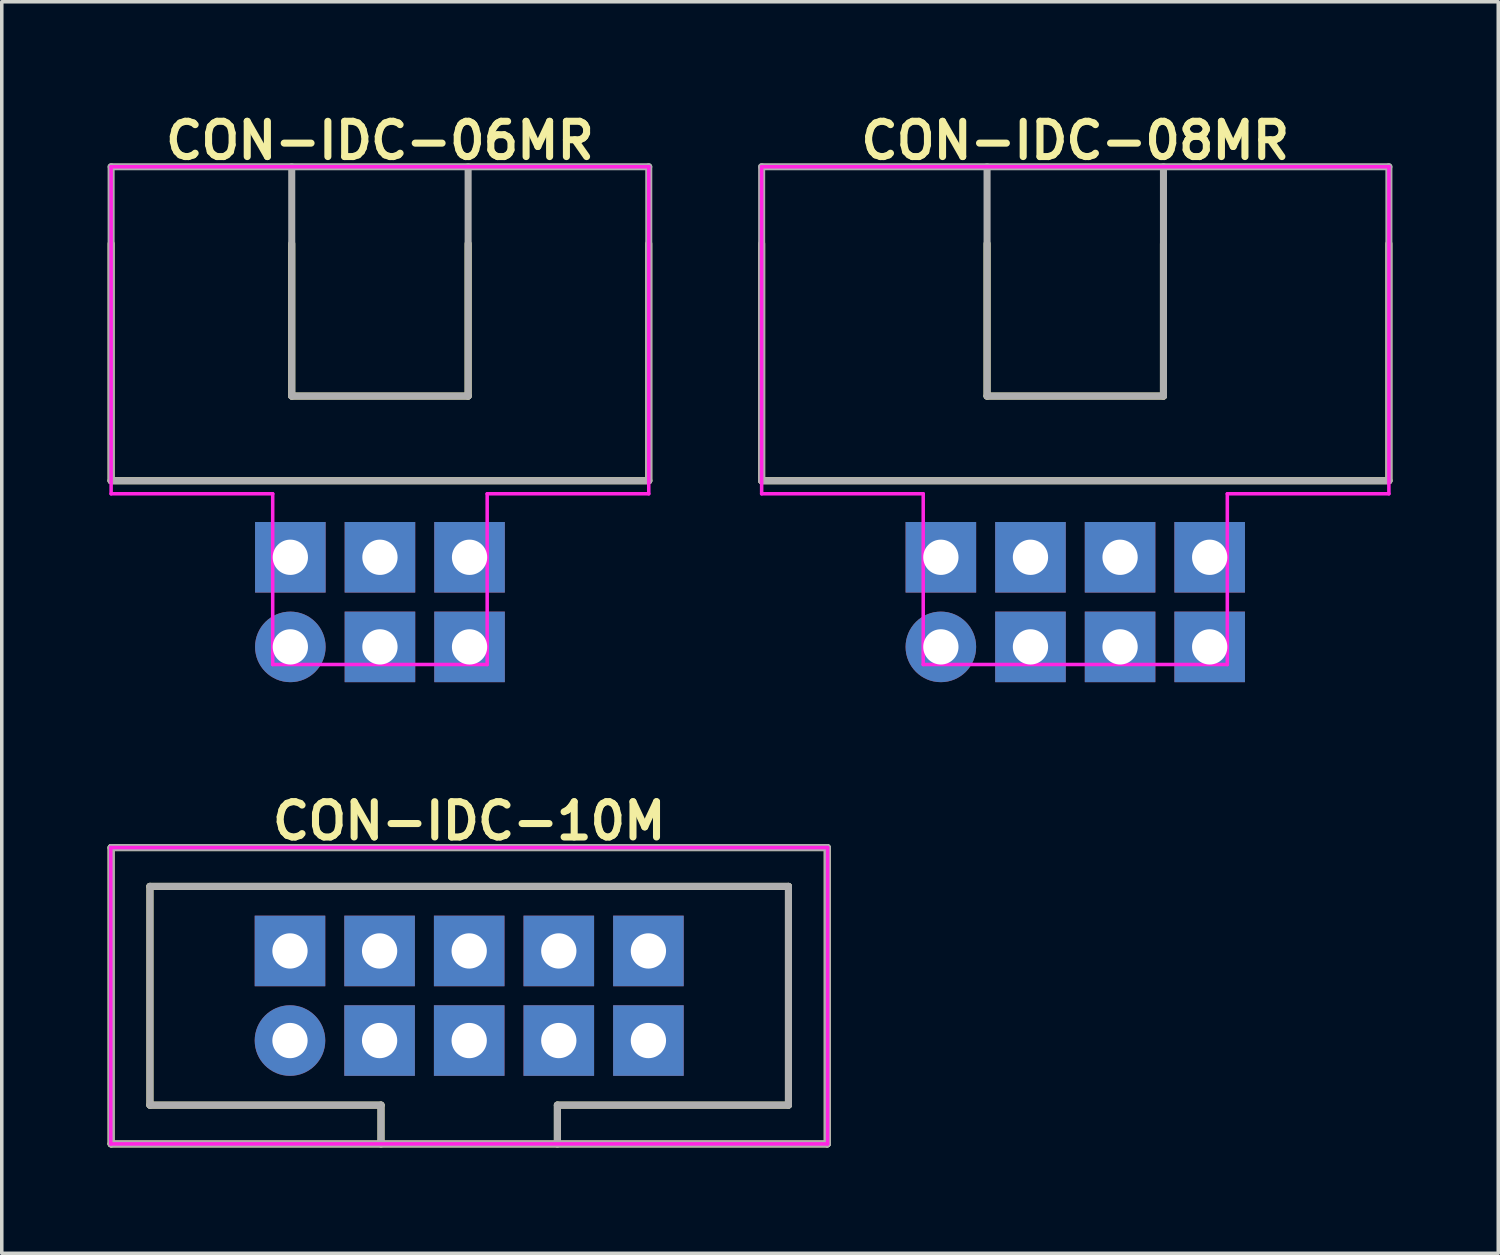
<source format=kicad_pcb>
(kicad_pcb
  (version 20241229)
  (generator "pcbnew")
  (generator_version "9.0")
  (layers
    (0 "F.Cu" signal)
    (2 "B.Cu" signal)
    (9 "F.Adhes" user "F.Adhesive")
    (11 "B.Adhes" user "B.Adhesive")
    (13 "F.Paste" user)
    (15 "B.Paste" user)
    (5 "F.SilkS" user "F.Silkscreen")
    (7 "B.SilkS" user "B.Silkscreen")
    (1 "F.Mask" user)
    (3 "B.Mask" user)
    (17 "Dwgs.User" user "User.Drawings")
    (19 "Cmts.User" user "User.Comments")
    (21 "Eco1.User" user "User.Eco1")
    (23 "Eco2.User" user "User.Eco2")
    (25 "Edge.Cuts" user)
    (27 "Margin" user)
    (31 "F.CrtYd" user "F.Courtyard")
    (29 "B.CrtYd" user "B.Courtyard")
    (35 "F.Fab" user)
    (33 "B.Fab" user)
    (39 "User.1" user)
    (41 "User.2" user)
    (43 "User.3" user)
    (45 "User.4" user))
  (footprint "CON-IDC-08MR"
    (layer "F.Cu")
    (at 27.43 14.017)
    (property "Reference" "CON-IDC-08MR" (at 0 -13.081 0) (layer "F.SilkS") (effects (font (size 1 1) (thickness 0.2))))
    (attr through_hole)
    (fp_line (start -8.89 -10.16) (end -8.89 -3.44) (stroke (width 0.2) (type solid)) (layer "F.SilkS"))
    (fp_line (start -8.89 -3.44) (end 8.89 -3.44) (stroke (width 0.2) (type solid)) (layer "F.SilkS"))
    (fp_line (start -2.5 -10.16) (end -2.5 -5.84) (stroke (width 0.2) (type solid)) (layer "F.SilkS"))
    (fp_line (start -2.5 -5.84) (end 2.5 -5.84) (stroke (width 0.2) (type solid)) (layer "F.SilkS"))
    (fp_line (start 2.5 -10.16) (end 2.5 -5.84) (stroke (width 0.2) (type solid)) (layer "F.SilkS"))
    (fp_line (start 8.89 -10.16) (end 8.89 -3.44) (stroke (width 0.2) (type solid)) (layer "F.SilkS"))
    (fp_line (start -8.89 -12.34) (end -8.89 -3.07) (stroke (width 0.1) (type solid)) (layer "F.CrtYd"))
    (fp_line (start -8.89 -12.34) (end 8.89 -12.34) (stroke (width 0.1) (type solid)) (layer "F.CrtYd"))
    (fp_line (start -8.89 -3.07) (end -4.31 -3.07) (stroke (width 0.1) (type solid)) (layer "F.CrtYd"))
    (fp_line (start -4.31 -3.07) (end -4.31 1.77) (stroke (width 0.1) (type solid)) (layer "F.CrtYd"))
    (fp_line (start -4.31 1.77) (end 4.31 1.77) (stroke (width 0.1) (type solid)) (layer "F.CrtYd"))
    (fp_line (start 4.31 -3.07) (end 4.31 1.77) (stroke (width 0.1) (type solid)) (layer "F.CrtYd"))
    (fp_line (start 4.31 -3.07) (end 8.89 -3.07) (stroke (width 0.1) (type solid)) (layer "F.CrtYd"))
    (fp_line (start 8.89 -12.34) (end 8.89 -3.07) (stroke (width 0.1) (type solid)) (layer "F.CrtYd"))
    (fp_line (start -8.89 -12.34) (end -8.89 -3.44) (stroke (width 0.2) (type solid)) (layer "F.Fab"))
    (fp_line (start -8.89 -12.34) (end 8.89 -12.34) (stroke (width 0.2) (type solid)) (layer "F.Fab"))
    (fp_line (start -8.89 -3.44) (end 8.89 -3.44) (stroke (width 0.2) (type solid)) (layer "F.Fab"))
    (fp_line (start -2.5 -12.34) (end -2.5 -5.84) (stroke (width 0.2) (type solid)) (layer "F.Fab"))
    (fp_line (start -2.5 -5.84) (end 2.5 -5.84) (stroke (width 0.2) (type solid)) (layer "F.Fab"))
    (fp_line (start 2.5 -12.34) (end 2.5 -5.84) (stroke (width 0.2) (type solid)) (layer "F.Fab"))
    (fp_line (start 8.89 -12.34) (end 8.89 -3.44) (stroke (width 0.2) (type solid)) (layer "F.Fab"))
    (pad "1" thru_hole circle (at -3.81 1.27) (size 2 2) (drill 1) (layers "B.Cu" "B.Mask"))
    (pad "2" thru_hole rect (at -3.81 -1.27) (size 2 2) (drill 1) (layers "B.Cu" "B.Mask"))
    (pad "3" thru_hole rect (at -1.27 1.27) (size 2 2) (drill 1) (layers "B.Cu" "B.Mask"))
    (pad "4" thru_hole rect (at -1.27 -1.27) (size 2 2) (drill 1) (layers "B.Cu" "B.Mask"))
    (pad "5" thru_hole rect (at 1.27 1.27) (size 2 2) (drill 1) (layers "B.Cu" "B.Mask"))
    (pad "6" thru_hole rect (at 1.27 -1.27) (size 2 2) (drill 1) (layers "B.Cu" "B.Mask"))
    (pad "7" thru_hole rect (at 3.81 1.27) (size 2 2) (drill 1) (layers "B.Cu" "B.Mask"))
    (pad "8" thru_hole rect (at 3.81 -1.27) (size 2 2) (drill 1) (layers "B.Cu" "B.Mask")))
  (footprint "CON-IDC-06MR"
    (layer "F.Cu")
    (at 7.72 14.017)
    (property "Reference" "CON-IDC-06MR" (at 0 -13.081 0) (layer "F.SilkS") (effects (font (size 1 1) (thickness 0.2))))
    (attr through_hole)
    (fp_line (start -7.62 -10.16) (end -7.62 -3.44) (stroke (width 0.2) (type solid)) (layer "F.SilkS"))
    (fp_line (start -7.62 -3.44) (end 7.62 -3.44) (stroke (width 0.2) (type solid)) (layer "F.SilkS"))
    (fp_line (start -2.5 -10.16) (end -2.5 -5.84) (stroke (width 0.2) (type solid)) (layer "F.SilkS"))
    (fp_line (start -2.5 -5.84) (end 2.5 -5.84) (stroke (width 0.2) (type solid)) (layer "F.SilkS"))
    (fp_line (start 2.5 -10.16) (end 2.5 -5.84) (stroke (width 0.2) (type solid)) (layer "F.SilkS"))
    (fp_line (start 7.62 -10.16) (end 7.62 -3.44) (stroke (width 0.2) (type solid)) (layer "F.SilkS"))
    (fp_line (start -7.62 -12.34) (end -7.62 -3.07) (stroke (width 0.1) (type solid)) (layer "F.CrtYd"))
    (fp_line (start -7.62 -12.34) (end 7.62 -12.34) (stroke (width 0.1) (type solid)) (layer "F.CrtYd"))
    (fp_line (start -7.62 -3.07) (end -3.04 -3.07) (stroke (width 0.1) (type solid)) (layer "F.CrtYd"))
    (fp_line (start -3.04 -3.07) (end -3.04 1.77) (stroke (width 0.1) (type solid)) (layer "F.CrtYd"))
    (fp_line (start -3.04 1.77) (end 3.04 1.77) (stroke (width 0.1) (type solid)) (layer "F.CrtYd"))
    (fp_line (start 3.04 -3.07) (end 3.04 1.77) (stroke (width 0.1) (type solid)) (layer "F.CrtYd"))
    (fp_line (start 3.04 -3.07) (end 7.62 -3.07) (stroke (width 0.1) (type solid)) (layer "F.CrtYd"))
    (fp_line (start 7.62 -12.34) (end 7.62 -3.07) (stroke (width 0.1) (type solid)) (layer "F.CrtYd"))
    (fp_line (start -7.62 -12.34) (end -7.62 -3.44) (stroke (width 0.2) (type solid)) (layer "F.Fab"))
    (fp_line (start -7.62 -12.34) (end 7.62 -12.34) (stroke (width 0.2) (type solid)) (layer "F.Fab"))
    (fp_line (start -7.62 -3.44) (end 7.62 -3.44) (stroke (width 0.2) (type solid)) (layer "F.Fab"))
    (fp_line (start -2.5 -12.34) (end -2.5 -5.84) (stroke (width 0.2) (type solid)) (layer "F.Fab"))
    (fp_line (start -2.5 -5.84) (end 2.5 -5.84) (stroke (width 0.2) (type solid)) (layer "F.Fab"))
    (fp_line (start 2.5 -12.34) (end 2.5 -5.84) (stroke (width 0.2) (type solid)) (layer "F.Fab"))
    (fp_line (start 7.62 -12.34) (end 7.62 -3.44) (stroke (width 0.2) (type solid)) (layer "F.Fab"))
    (pad "1" thru_hole circle (at -2.54 1.27) (size 2 2) (drill 1) (layers "B.Cu" "B.Mask"))
    (pad "2" thru_hole rect (at -2.54 -1.27) (size 2 2) (drill 1) (layers "B.Cu" "B.Mask"))
    (pad "3" thru_hole rect (at 0 1.27) (size 2 2) (drill 1) (layers "B.Cu" "B.Mask"))
    (pad "4" thru_hole rect (at 0 -1.27) (size 2 2) (drill 1) (layers "B.Cu" "B.Mask"))
    (pad "5" thru_hole rect (at 2.54 1.27) (size 2 2) (drill 1) (layers "B.Cu" "B.Mask"))
    (pad "6" thru_hole rect (at 2.54 -1.27) (size 2 2) (drill 1) (layers "B.Cu" "B.Mask")))
  (footprint "CON-IDC-10M"
    (layer "F.Cu")
    (at 10.25 25.176)
    (property "Reference" "CON-IDC-10M" (at 0 -4.953 0) (layer "F.SilkS") (effects (font (size 1 1) (thickness 0.2))))
    (attr through_hole)
    (fp_line (start -10.15 -4.2) (end -10.15 4.2) (stroke (width 0.2) (type solid)) (layer "F.SilkS"))
    (fp_line (start -10.15 -4.2) (end 10.15 -4.2) (stroke (width 0.2) (type solid)) (layer "F.SilkS"))
    (fp_line (start -10.15 4.2) (end 10.15 4.2) (stroke (width 0.2) (type solid)) (layer "F.SilkS"))
    (fp_line (start -9.05 -3.1) (end -9.05 3.1) (stroke (width 0.2) (type solid)) (layer "F.SilkS"))
    (fp_line (start -9.05 -3.1) (end 9.05 -3.1) (stroke (width 0.2) (type solid)) (layer "F.SilkS"))
    (fp_line (start -9.05 3.1) (end -2.5 3.1) (stroke (width 0.2) (type solid)) (layer "F.SilkS"))
    (fp_line (start -2.5 3.1) (end -2.5 4.2) (stroke (width 0.2) (type solid)) (layer "F.SilkS"))
    (fp_line (start 2.5 3.1) (end 2.5 4.2) (stroke (width 0.2) (type solid)) (layer "F.SilkS"))
    (fp_line (start 2.5 3.1) (end 9.05 3.1) (stroke (width 0.2) (type solid)) (layer "F.SilkS"))
    (fp_line (start 9.05 -3.1) (end 9.05 3.1) (stroke (width 0.2) (type solid)) (layer "F.SilkS"))
    (fp_line (start 10.15 -4.2) (end 10.15 4.2) (stroke (width 0.2) (type solid)) (layer "F.SilkS"))
    (fp_line (start -10.16 -4.2) (end -10.16 4.2) (stroke (width 0.1) (type solid)) (layer "F.CrtYd"))
    (fp_line (start -10.16 -4.2) (end 10.16 -4.2) (stroke (width 0.1) (type solid)) (layer "F.CrtYd"))
    (fp_line (start -10.16 4.2) (end 10.16 4.2) (stroke (width 0.1) (type solid)) (layer "F.CrtYd"))
    (fp_line (start 10.16 -4.2) (end 10.16 4.2) (stroke (width 0.1) (type solid)) (layer "F.CrtYd"))
    (fp_line (start -10.15 -4.2) (end -10.15 4.2) (stroke (width 0.2) (type solid)) (layer "F.Fab"))
    (fp_line (start -10.15 -4.2) (end 10.15 -4.2) (stroke (width 0.2) (type solid)) (layer "F.Fab"))
    (fp_line (start -10.15 4.2) (end 10.15 4.2) (stroke (width 0.2) (type solid)) (layer "F.Fab"))
    (fp_line (start -9.05 -3.1) (end -9.05 3.1) (stroke (width 0.2) (type solid)) (layer "F.Fab"))
    (fp_line (start -9.05 -3.1) (end 9.05 -3.1) (stroke (width 0.2) (type solid)) (layer "F.Fab"))
    (fp_line (start -9.05 3.1) (end -2.5 3.1) (stroke (width 0.2) (type solid)) (layer "F.Fab"))
    (fp_line (start -2.5 3.1) (end -2.5 4.2) (stroke (width 0.2) (type solid)) (layer "F.Fab"))
    (fp_line (start 2.5 3.1) (end 2.5 4.2) (stroke (width 0.2) (type solid)) (layer "F.Fab"))
    (fp_line (start 2.5 3.1) (end 9.05 3.1) (stroke (width 0.2) (type solid)) (layer "F.Fab"))
    (fp_line (start 9.05 -3.1) (end 9.05 3.1) (stroke (width 0.2) (type solid)) (layer "F.Fab"))
    (fp_line (start 10.15 -4.2) (end 10.15 4.2) (stroke (width 0.2) (type solid)) (layer "F.Fab"))
    (pad "1" thru_hole circle (at -5.08 1.27) (size 2 2) (drill 1) (layers "B.Cu" "B.Mask"))
    (pad "2" thru_hole rect (at -5.08 -1.27) (size 2 2) (drill 1) (layers "B.Cu" "B.Mask"))
    (pad "3" thru_hole rect (at -2.54 1.27) (size 2 2) (drill 1) (layers "B.Cu" "B.Mask"))
    (pad "4" thru_hole rect (at -2.54 -1.27) (size 2 2) (drill 1) (layers "B.Cu" "B.Mask"))
    (pad "5" thru_hole rect (at 0 1.27) (size 2 2) (drill 1) (layers "B.Cu" "B.Mask"))
    (pad "6" thru_hole rect (at 0 -1.27) (size 2 2) (drill 1) (layers "B.Cu" "B.Mask"))
    (pad "7" thru_hole rect (at 2.54 1.27) (size 2 2) (drill 1) (layers "B.Cu" "B.Mask"))
    (pad "8" thru_hole rect (at 2.54 -1.27) (size 2 2) (drill 1) (layers "B.Cu" "B.Mask"))
    (pad "9" thru_hole rect (at 5.08 1.27) (size 2 2) (drill 1) (layers "B.Cu" "B.Mask"))
    (pad "10" thru_hole rect (at 5.08 -1.27) (size 2 2) (drill 1) (layers "B.Cu" "B.Mask")))
  (gr_rect
    (start -3 -3)
    (end 39.42 32.476)
    (stroke (width 0.1) (type default))
    (fill no)
    (layer "Edge.Cuts")))
</source>
